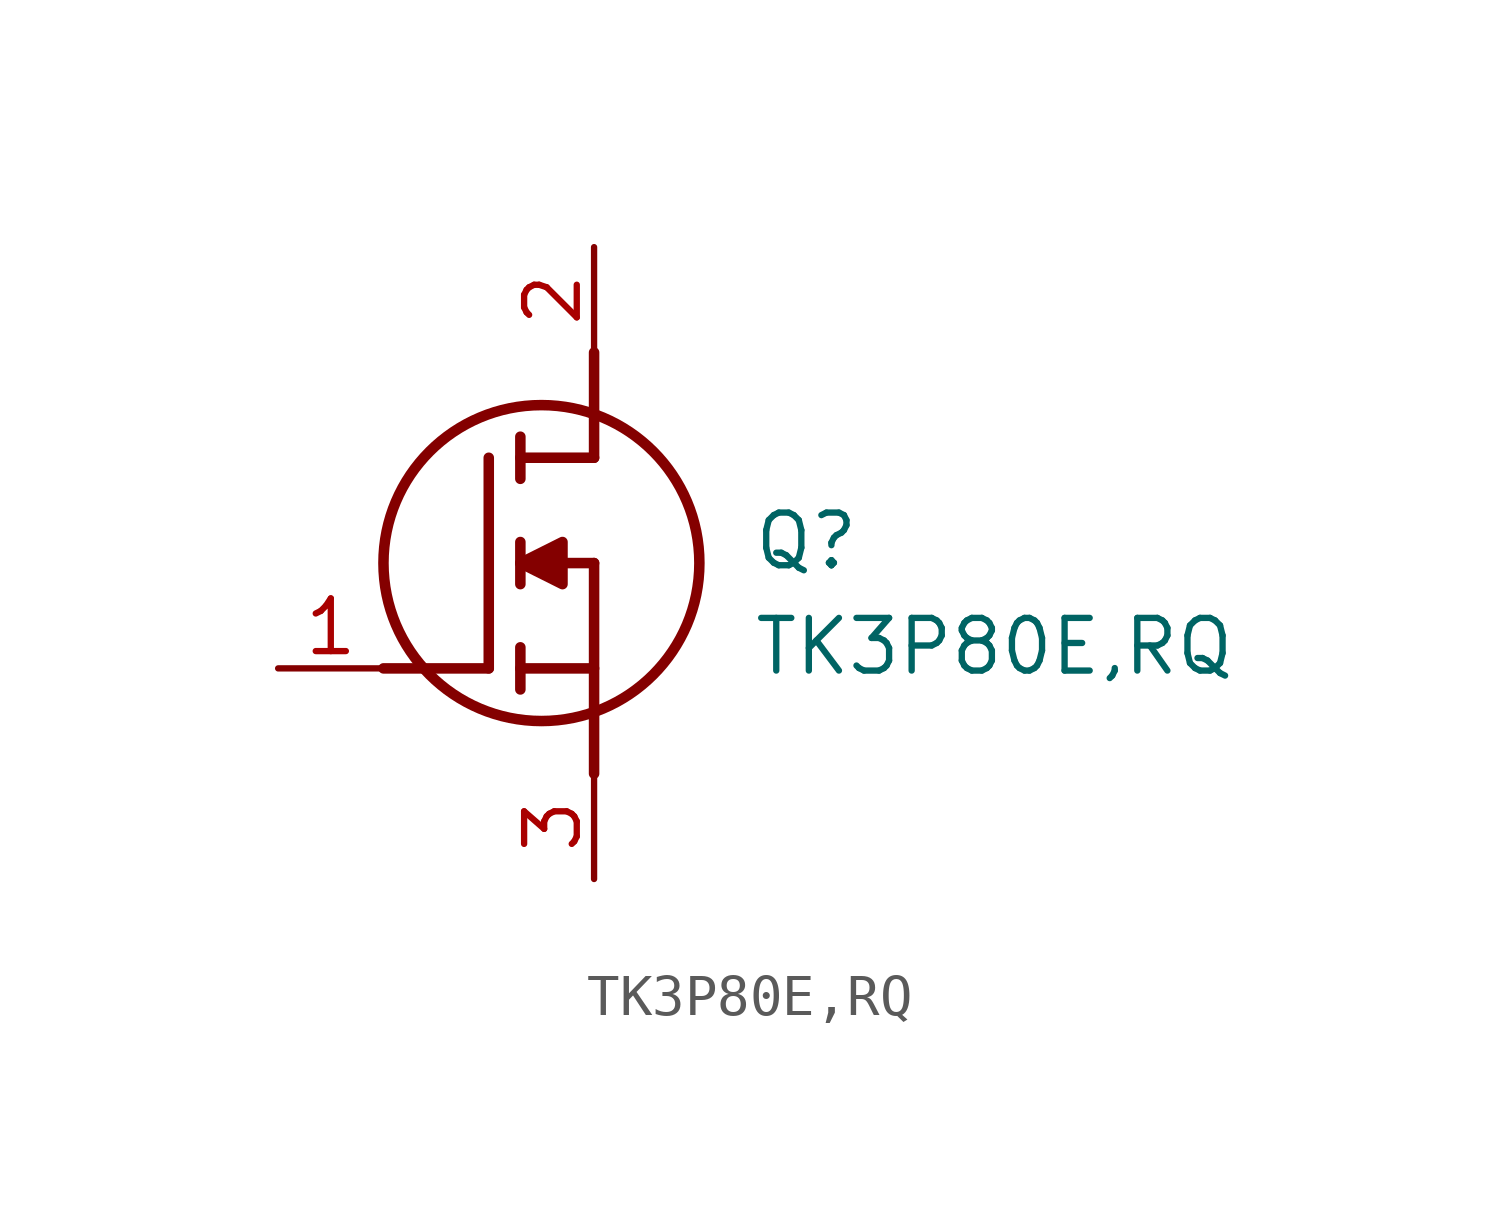
<source format=kicad_sym>
(kicad_symbol_lib
  (version 20211014)
  (generator SamacSys_ECAD_Model)
  (symbol "TK3P80E,RQ"
    (pin_names hide)
    (property "Reference" "Q"
      (at 11.43 3.81 0)
      (effects (font (size 1.27 1.27)) (justify left top)))
    (property "Value" "TK3P80E,RQ"
      (at 11.43 1.27 0)
      (effects (font (size 1.27 1.27)) (justify left top)))
    (polyline
      (pts (xy 7.62 2.54) (xy 7.62 -2.54))
      (stroke (width 0.254) (type default))
      (fill (type none)))
    (polyline
      (pts (xy 7.62 5.08) (xy 7.62 7.62))
      (stroke (width 0.254) (type default))
      (fill (type none)))
    (polyline
      (pts (xy 2.54 0) (xy 5.08 0))
      (stroke (width 0.254) (type default))
      (fill (type none)))
    (polyline
      (pts (xy 5.08 5.08) (xy 5.08 0))
      (stroke (width 0.254) (type default))
      (fill (type none)))
    (polyline
      (pts (xy 7.62 2.54) (xy 5.842 2.54))
      (stroke (width 0.254) (type default))
      (fill (type none)))
    (polyline
      (pts (xy 7.62 5.08) (xy 5.842 5.08))
      (stroke (width 0.254) (type default))
      (fill (type none)))
    (polyline
      (pts (xy 5.842 0) (xy 7.62 0))
      (stroke (width 0.254) (type default))
      (fill (type none)))
    (polyline
      (pts (xy 5.842 5.588) (xy 5.842 4.572))
      (stroke (width 0.254) (type default))
      (fill (type none)))
    (polyline
      (pts (xy 5.842 -0.508) (xy 5.842 0.508))
      (stroke (width 0.254) (type default))
      (fill (type none)))
    (polyline
      (pts (xy 5.842 2.032) (xy 5.842 3.048))
      (stroke (width 0.254) (type default))
      (fill (type none)))
    (circle
      (center 6.35 2.54)
      (radius 3.81)
      (stroke (width 0.254) (type default))
      (fill (type none)))
    (polyline
      (pts (xy 5.842 2.54) (xy 6.858 3.048) (xy 6.858 2.032) (xy 5.842 2.54))
      (stroke (width 0.254) (type default))
      (fill (type outline)))
    (pin passive line
      (at 0 0 0)
      (length 2.54)
      (name "G" (effects (font (size 1.27 1.27))))
      (number "1" (effects (font (size 1.27 1.27)))))
    (pin passive line
      (at 7.62 10.16 270)
      (length 2.54)
      (name "D" (effects (font (size 1.27 1.27))))
      (number "2" (effects (font (size 1.27 1.27)))))
    (pin passive line
      (at 7.62 -5.08 90)
      (length 2.54)
      (name "S" (effects (font (size 1.27 1.27))))
      (number "3" (effects (font (size 1.27 1.27)))))))
</source>
